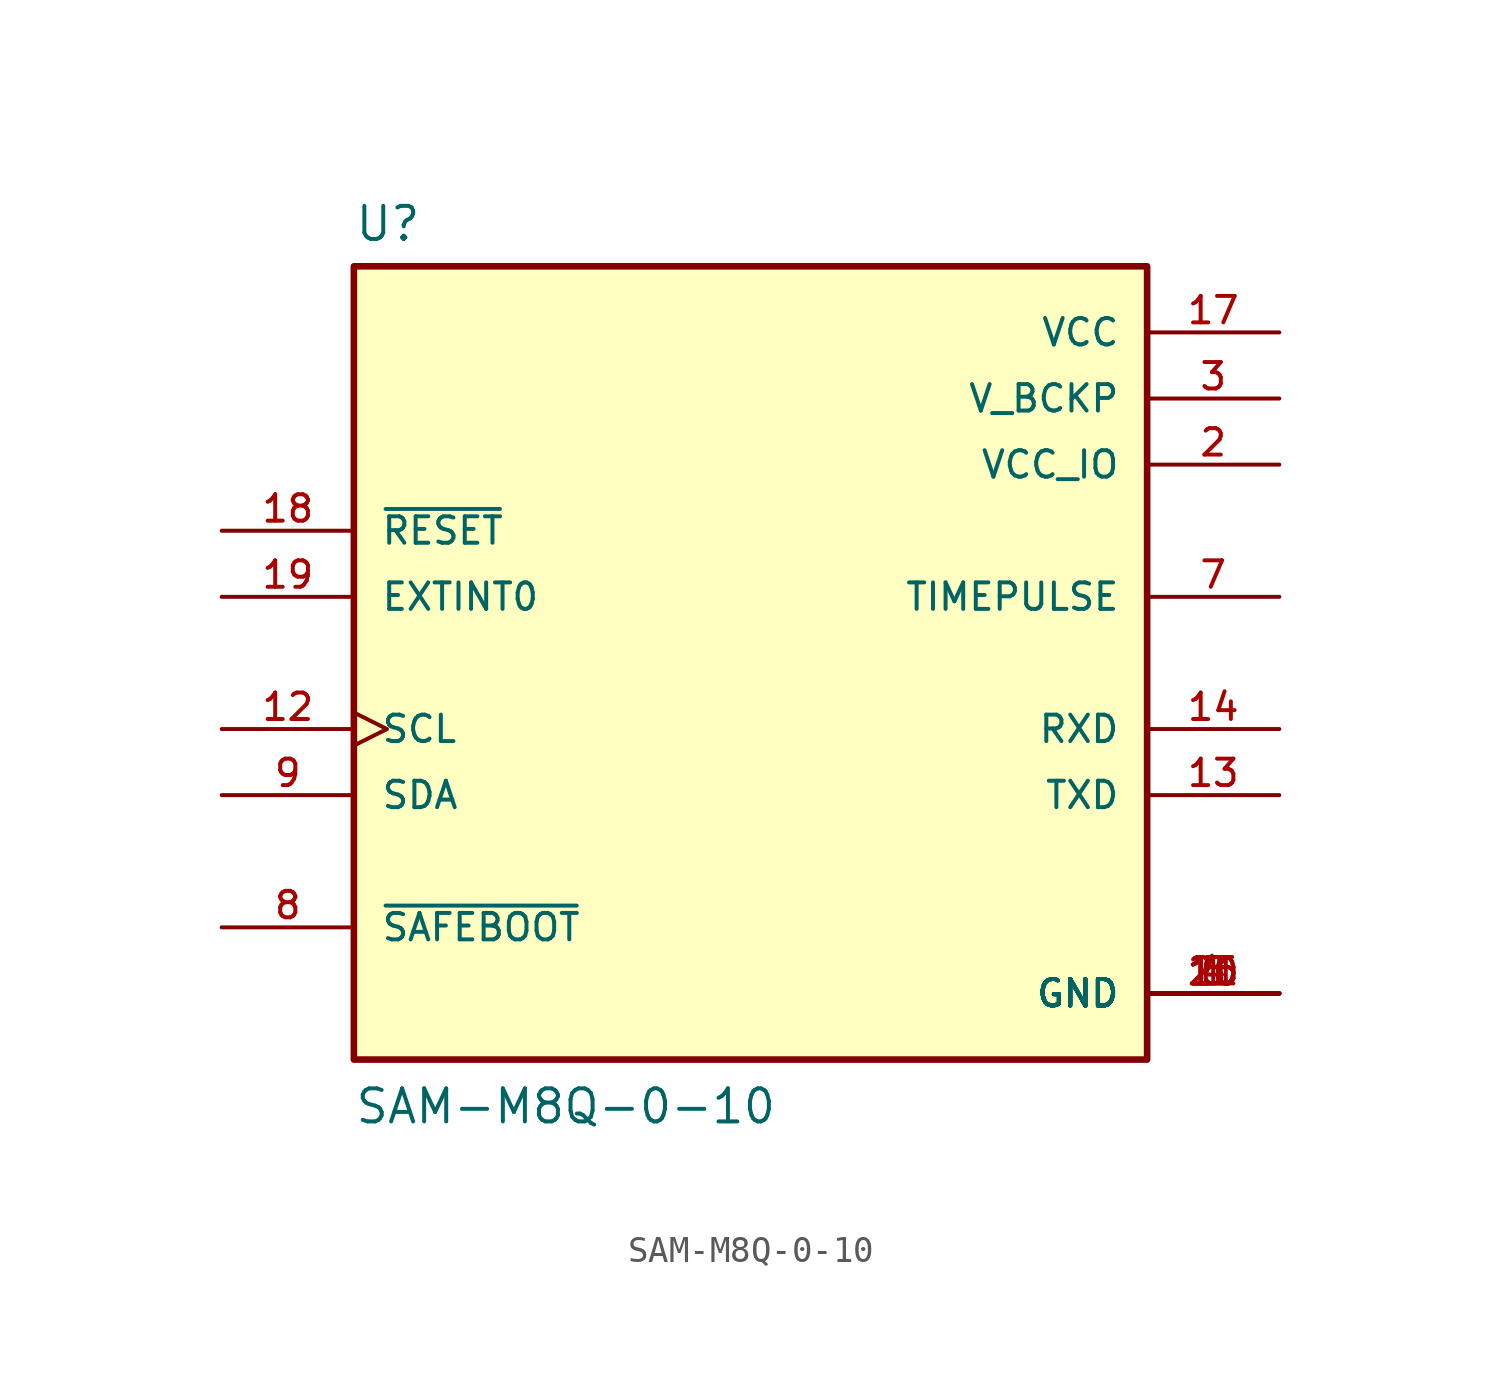
<source format=kicad_sym>
(kicad_symbol_lib
  (version 20211014)
  (generator kicad_symbol_editor)
  (symbol "SAM-M8Q-0-10"
    (pin_names
      (offset 1.016))
    (property "Reference" "U"
      (at -15.24 16.129 0)
      (effects (font (size 1.27 1.27)) (justify bottom left)))
    (property "Value" "SAM-M8Q-0-10"
      (at -15.24 -17.78 0)
      (effects (font (size 1.27 1.27)) (justify bottom left)))
    (symbol "SAM-M8Q-0-10_0_0"
      (rectangle (start -15.24 -15.24) (end 15.24 15.24) (stroke (width 0.254)) (fill (type background)))
      (pin power_in line (at 20.32 -12.7 180.0) (length 5.08) (name "GND" (effects (font (size 1.016 1.016)))) (number "1" (effects (font (size 1.016 1.016)))))
      (pin power_in line (at 20.32 -12.7 180.0) (length 5.08) (name "GND" (effects (font (size 1.016 1.016)))) (number "4" (effects (font (size 1.016 1.016)))))
      (pin power_in line (at 20.32 -12.7 180.0) (length 5.08) (name "GND" (effects (font (size 1.016 1.016)))) (number "5" (effects (font (size 1.016 1.016)))))
      (pin power_in line (at 20.32 -12.7 180.0) (length 5.08) (name "GND" (effects (font (size 1.016 1.016)))) (number "6" (effects (font (size 1.016 1.016)))))
      (pin power_in line (at 20.32 -12.7 180.0) (length 5.08) (name "GND" (effects (font (size 1.016 1.016)))) (number "10" (effects (font (size 1.016 1.016)))))
      (pin power_in line (at 20.32 -12.7 180.0) (length 5.08) (name "GND" (effects (font (size 1.016 1.016)))) (number "11" (effects (font (size 1.016 1.016)))))
      (pin power_in line (at 20.32 -12.7 180.0) (length 5.08) (name "GND" (effects (font (size 1.016 1.016)))) (number "15" (effects (font (size 1.016 1.016)))))
      (pin power_in line (at 20.32 -12.7 180.0) (length 5.08) (name "GND" (effects (font (size 1.016 1.016)))) (number "16" (effects (font (size 1.016 1.016)))))
      (pin power_in line (at 20.32 -12.7 180.0) (length 5.08) (name "GND" (effects (font (size 1.016 1.016)))) (number "20" (effects (font (size 1.016 1.016)))))
      (pin power_in line (at 20.32 7.62 180.0) (length 5.08) (name "VCC_IO" (effects (font (size 1.016 1.016)))) (number "2" (effects (font (size 1.016 1.016)))))
      (pin power_in line (at 20.32 10.16 180.0) (length 5.08) (name "V_BCKP" (effects (font (size 1.016 1.016)))) (number "3" (effects (font (size 1.016 1.016)))))
      (pin output line (at 20.32 2.54 180.0) (length 5.08) (name "TIMEPULSE" (effects (font (size 1.016 1.016)))) (number "7" (effects (font (size 1.016 1.016)))))
      (pin input line (at -20.32 -10.16 0) (length 5.08) (name "~{SAFEBOOT}" (effects (font (size 1.016 1.016)))) (number "8" (effects (font (size 1.016 1.016)))))
      (pin bidirectional line (at -20.32 -5.08 0) (length 5.08) (name "SDA" (effects (font (size 1.016 1.016)))) (number "9" (effects (font (size 1.016 1.016)))))
      (pin input clock (at -20.32 -2.54 0) (length 5.08) (name "SCL" (effects (font (size 1.016 1.016)))) (number "12" (effects (font (size 1.016 1.016)))))
      (pin output line (at 20.32 -5.08 180.0) (length 5.08) (name "TXD" (effects (font (size 1.016 1.016)))) (number "13" (effects (font (size 1.016 1.016)))))
      (pin input line (at 20.32 -2.54 180.0) (length 5.08) (name "RXD" (effects (font (size 1.016 1.016)))) (number "14" (effects (font (size 1.016 1.016)))))
      (pin power_in line (at 20.32 12.7 180.0) (length 5.08) (name "VCC" (effects (font (size 1.016 1.016)))) (number "17" (effects (font (size 1.016 1.016)))))
      (pin input line (at -20.32 5.08 0) (length 5.08) (name "~{RESET}" (effects (font (size 1.016 1.016)))) (number "18" (effects (font (size 1.016 1.016)))))
      (pin input line (at -20.32 2.54 0) (length 5.08) (name "EXTINT0" (effects (font (size 1.016 1.016)))) (number "19" (effects (font (size 1.016 1.016))))))))
</source>
